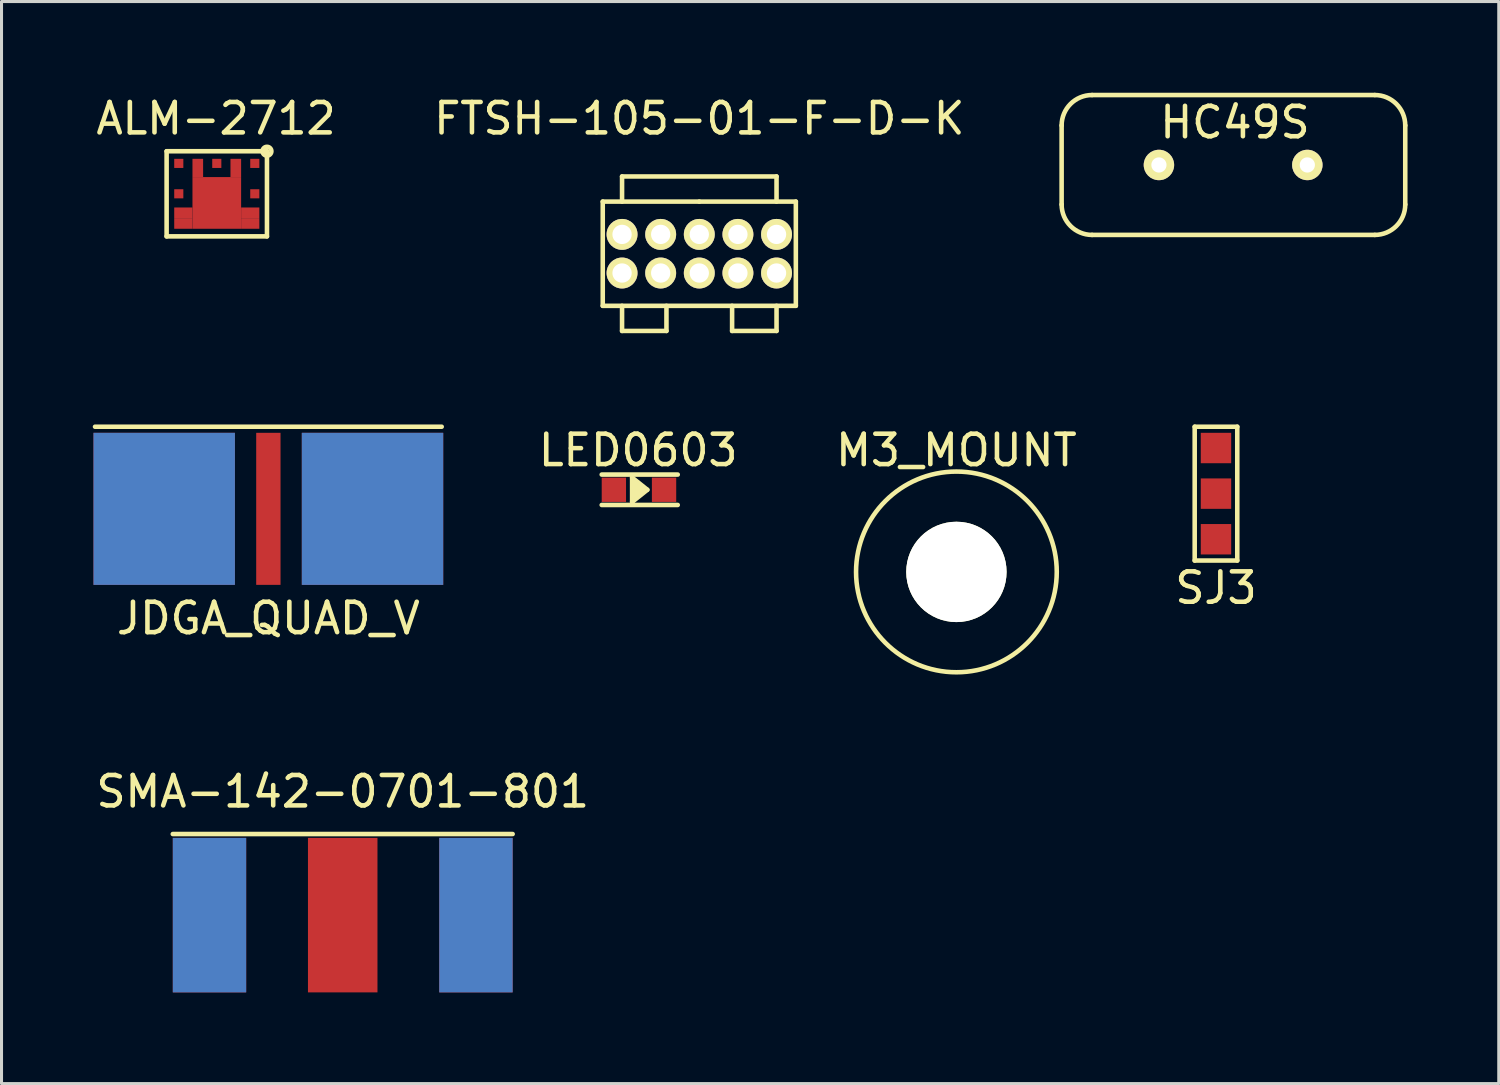
<source format=kicad_pcb>
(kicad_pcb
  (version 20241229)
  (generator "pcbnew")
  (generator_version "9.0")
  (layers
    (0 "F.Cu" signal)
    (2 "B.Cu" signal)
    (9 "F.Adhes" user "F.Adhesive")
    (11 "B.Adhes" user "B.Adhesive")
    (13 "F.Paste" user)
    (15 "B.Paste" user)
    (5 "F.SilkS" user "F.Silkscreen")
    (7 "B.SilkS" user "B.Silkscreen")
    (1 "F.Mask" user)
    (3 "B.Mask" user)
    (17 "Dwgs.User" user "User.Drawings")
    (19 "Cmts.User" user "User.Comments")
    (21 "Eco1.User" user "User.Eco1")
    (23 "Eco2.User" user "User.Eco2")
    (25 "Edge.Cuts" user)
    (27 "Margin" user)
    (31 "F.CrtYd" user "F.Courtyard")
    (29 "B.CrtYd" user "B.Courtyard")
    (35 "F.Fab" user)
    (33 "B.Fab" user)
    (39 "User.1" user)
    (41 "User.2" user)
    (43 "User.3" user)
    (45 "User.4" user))
  (footprint "LED0603"
    (layer "F.Cu")
    (at 17.137 13.056)
    (property "Reference" "LED0603" (at 0.8 -1.3 0) (layer "F.SilkS") (effects (font (size 1 1) (thickness 0.15))))
    (attr through_hole)
    (fp_line (start -0.4 -0.5) (end 2.1 -0.5) (stroke (width 0.15) (type solid)) (layer "F.SilkS"))
    (fp_line (start -0.4 0.5) (end 2.1 0.5) (stroke (width 0.15) (type solid)) (layer "F.SilkS"))
    (fp_line (start 0.6 -0.4) (end 1.1 0) (stroke (width 0.15) (type solid)) (layer "F.SilkS"))
    (fp_line (start 0.6 0.4) (end 0.6 -0.4) (stroke (width 0.15) (type solid)) (layer "F.SilkS"))
    (fp_line (start 0.8 -0.2) (end 0.7 -0.2) (stroke (width 0.15) (type solid)) (layer "F.SilkS"))
    (fp_line (start 0.8 0.2) (end 0.7 0.2) (stroke (width 0.15) (type solid)) (layer "F.SilkS"))
    (fp_line (start 0.9 -0.1) (end 0.7 -0.1) (stroke (width 0.15) (type solid)) (layer "F.SilkS"))
    (fp_line (start 0.9 0.1) (end 0.7 0.1) (stroke (width 0.15) (type solid)) (layer "F.SilkS"))
    (fp_line (start 1 0) (end 0.7 0) (stroke (width 0.15) (type solid)) (layer "F.SilkS"))
    (fp_line (start 1.1 0) (end 0.6 0.4) (stroke (width 0.15) (type solid)) (layer "F.SilkS"))
    (pad "1" smd rect (at 0 0) (size 0.8 0.8) (layers "F.Cu" "F.Mask" "F.Paste"))
    (pad "2" smd rect (at 1.65 0) (size 0.8 0.8) (layers "F.Cu" "F.Mask" "F.Paste")))
  (footprint "M3_MOUNT"
    (layer "F.Cu")
    (at 28.401 15.757)
    (property "Reference" "M3_MOUNT" (at 0 -4 0) (layer "F.SilkS") (effects (font (size 1 1) (thickness 0.15))))
    (attr through_hole)
    (fp_circle (center 0 0) (end 3.3 0) (stroke (width 0.15) (type solid)) (fill no) (layer "F.SilkS"))
    (pad "" np_thru_hole circle (at 0 0) (size 3.3 3.3) (drill 3.3) (layers "*.Cu" "*.Mask" "F.SilkS")))
  (footprint "FTSH-105-01-F-D-K"
    (layer "F.Cu")
    (at 17.406 4.658)
    (property "Reference" "FTSH-105-01-F-D-K" (at 2.54 -3.81 0) (layer "F.SilkS") (effects (font (size 1 1) (thickness 0.15))))
    (attr through_hole)
    (fp_line (start -0.635 -1.079) (end 2.54 -1.079) (stroke (width 0.15) (type solid)) (layer "F.SilkS"))
    (fp_line (start -0.635 2.349) (end -0.635 -1.079) (stroke (width 0.15) (type solid)) (layer "F.SilkS"))
    (fp_line (start 0 -1.905) (end 5.08 -1.905) (stroke (width 0.15) (type solid)) (layer "F.SilkS"))
    (fp_line (start 0 -1.079) (end 0 -1.905) (stroke (width 0.15) (type solid)) (layer "F.SilkS"))
    (fp_line (start 0 2.349) (end 0 3.175) (stroke (width 0.15) (type solid)) (layer "F.SilkS"))
    (fp_line (start 0 3.175) (end 1.46 3.175) (stroke (width 0.15) (type solid)) (layer "F.SilkS"))
    (fp_line (start 1.46 3.175) (end 1.46 2.349) (stroke (width 0.15) (type solid)) (layer "F.SilkS"))
    (fp_line (start 2.54 -1.079) (end 5.715 -1.079) (stroke (width 0.15) (type solid)) (layer "F.SilkS"))
    (fp_line (start 3.619 3.175) (end 3.619 2.349) (stroke (width 0.15) (type solid)) (layer "F.SilkS"))
    (fp_line (start 5.08 -1.905) (end 5.08 -1.079) (stroke (width 0.15) (type solid)) (layer "F.SilkS"))
    (fp_line (start 5.08 2.349) (end 5.08 3.175) (stroke (width 0.15) (type solid)) (layer "F.SilkS"))
    (fp_line (start 5.08 3.175) (end 3.619 3.175) (stroke (width 0.15) (type solid)) (layer "F.SilkS"))
    (fp_line (start 5.715 -1.079) (end 5.715 2.349) (stroke (width 0.15) (type solid)) (layer "F.SilkS"))
    (fp_line (start 5.715 2.349) (end -0.635 2.349) (stroke (width 0.15) (type solid)) (layer "F.SilkS"))
    (pad "1" thru_hole circle (at 0 1.27) (size 1.016 1.016) (drill 0.635) (layers "*.Cu" "*.Mask" "F.SilkS"))
    (pad "2" thru_hole circle (at 0 0) (size 1.016 1.016) (drill 0.635) (layers "*.Cu" "*.Mask" "F.SilkS"))
    (pad "3" thru_hole circle (at 1.27 1.27) (size 1.016 1.016) (drill 0.635) (layers "*.Cu" "*.Mask" "F.SilkS"))
    (pad "4" thru_hole circle (at 1.27 0) (size 1.016 1.016) (drill 0.635) (layers "*.Cu" "*.Mask" "F.SilkS"))
    (pad "5" thru_hole circle (at 2.54 1.27) (size 1.016 1.016) (drill 0.635) (layers "*.Cu" "*.Mask" "F.SilkS"))
    (pad "6" thru_hole circle (at 2.54 0) (size 1.016 1.016) (drill 0.635) (layers "*.Cu" "*.Mask" "F.SilkS"))
    (pad "7" thru_hole circle (at 3.81 1.27) (size 1.016 1.016) (drill 0.635) (layers "*.Cu" "*.Mask" "F.SilkS"))
    (pad "8" thru_hole circle (at 3.81 0) (size 1.016 1.016) (drill 0.635) (layers "*.Cu" "*.Mask" "F.SilkS"))
    (pad "9" thru_hole circle (at 5.08 1.27) (size 1.016 1.016) (drill 0.635) (layers "*.Cu" "*.Mask" "F.SilkS"))
    (pad "10" thru_hole circle (at 5.08 0) (size 1.016 1.016) (drill 0.635) (layers "*.Cu" "*.Mask" "F.SilkS")))
  (footprint "SMA-142-0701-801"
    (layer "F.Cu")
    (at 8.22 27.044)
    (property "Reference" "SMA-142-0701-801" (at 0 -4.064 0) (layer "F.SilkS") (effects (font (size 1 1) (thickness 0.15))))
    (attr through_hole)
    (fp_line (start -5.588 -2.667) (end 5.588 -2.667) (stroke (width 0.15) (type solid)) (layer "F.SilkS"))
    (pad "1" smd rect (at 0 0) (size 2.286 5.08) (layers "F.Cu" "F.Mask"))
    (pad "2" smd rect (at -4.381 0) (size 2.413 5.08) (layers "F.Cu" "F.Mask"))
    (pad "3" smd rect (at 4.381 0) (size 2.413 5.08) (layers "F.Cu" "F.Mask"))
    (pad "4" smd rect (at -4.381 0) (size 2.413 5.08) (layers "B.Cu" "B.Mask"))
    (pad "5" smd rect (at 4.381 0) (size 2.413 5.08) (layers "B.Cu" "B.Mask")))
  (footprint "ALM-2712"
    (layer "F.Cu")
    (at 2.829 2.173)
    (property "Reference" "ALM-2712" (at 1.225 -1.325 0) (layer "F.SilkS") (effects (font (size 1 1) (thickness 0.15))))
    (attr through_hole)
    (fp_line (start -0.4 -0.25) (end 2.9 -0.25) (stroke (width 0.15) (type solid)) (layer "F.SilkS"))
    (fp_line (start -0.4 2.55) (end -0.4 -0.25) (stroke (width 0.15) (type solid)) (layer "F.SilkS"))
    (fp_line (start 2.9 -0.25) (end 2.9 2.55) (stroke (width 0.15) (type solid)) (layer "F.SilkS"))
    (fp_line (start 2.9 2.55) (end -0.4 2.55) (stroke (width 0.15) (type solid)) (layer "F.SilkS"))
    (fp_circle (center 2.9 -0.25) (end 3.025 -0.325) (stroke (width 0.15) (type solid)) (fill no) (layer "F.SilkS"))
    (pad "1" smd rect (at 0 0.15) (size 0.3 0.3) (layers "F.Cu" "F.Mask" "F.Paste"))
    (pad "2" smd rect (at 0 1.15) (size 0.3 0.3) (layers "F.Cu" "F.Mask" "F.Paste"))
    (pad "3" smd rect (at 0.15 1.775) (size 0.6 0.35) (layers "F.Cu" "F.Mask" "F.Paste"))
    (pad "4" smd rect (at 0.15 2.125) (size 0.6 0.35) (layers "F.Cu" "F.Mask" "F.Paste"))
    (pad "5" smd rect (at 1.25 1.45) (size 1.6 1.7) (layers "F.Cu" "F.Mask" "F.Paste"))
    (pad "6" smd rect (at 2.35 2.125) (size 0.6 0.35) (layers "F.Cu" "F.Mask" "F.Paste"))
    (pad "7" smd rect (at 2.35 1.775) (size 0.6 0.35) (layers "F.Cu" "F.Mask" "F.Paste"))
    (pad "8" smd rect (at 2.5 1.15) (size 0.3 0.3) (layers "F.Cu" "F.Mask" "F.Paste"))
    (pad "9" smd rect (at 2.5 0.15) (size 0.3 0.3) (layers "F.Cu" "F.Mask" "F.Paste"))
    (pad "10" smd rect (at 1.875 0.3) (size 0.35 0.6) (layers "F.Cu" "F.Mask" "F.Paste"))
    (pad "11" smd rect (at 1.25 0.15) (size 0.3 0.3) (layers "F.Cu" "F.Mask" "F.Paste"))
    (pad "12" smd rect (at 0.625 0.3) (size 0.35 0.6) (layers "F.Cu" "F.Mask" "F.Paste")))
  (footprint "JDGA_QUAD_V"
    (layer "F.Cu")
    (at 5.775 13.683)
    (property "Reference" "JDGA_QUAD_V" (at 0 3.6 0) (layer "F.SilkS") (effects (font (size 1 1) (thickness 0.15))))
    (attr through_hole)
    (fp_line (start -5.7 -2.7) (end 5.7 -2.7) (stroke (width 0.15) (type solid)) (layer "F.SilkS"))
    (pad "1" smd rect (at 0 0) (size 0.8 5) (layers "F.Cu" "F.Mask"))
    (pad "2" smd rect (at -3.425 0) (size 4.65 5) (layers "F.Cu" "F.Mask"))
    (pad "3" smd rect (at 3.425 0) (size 4.65 5) (layers "F.Cu" "F.Mask"))
    (pad "4" smd rect (at -3.425 0) (size 4.65 5) (layers "F.Mask" "B.Cu"))
    (pad "5" smd rect (at 3.425 0) (size 4.65 5) (layers "F.Mask" "B.Cu")))
  (footprint "SJ3"
    (layer "F.Cu")
    (at 36.937 13.183)
    (property "Reference" "SJ3" (at 0 3.1 0) (layer "F.SilkS") (effects (font (size 1 1) (thickness 0.15))))
    (attr through_hole)
    (fp_line (start -0.7 -2.2) (end 0.7 -2.2) (stroke (width 0.15) (type solid)) (layer "F.SilkS"))
    (fp_line (start -0.7 2.2) (end -0.7 -2.2) (stroke (width 0.15) (type solid)) (layer "F.SilkS"))
    (fp_line (start 0.7 -2.2) (end 0.7 2.2) (stroke (width 0.15) (type solid)) (layer "F.SilkS"))
    (fp_line (start 0.7 2.2) (end -0.7 2.2) (stroke (width 0.15) (type solid)) (layer "F.SilkS"))
    (pad "1" smd rect (at 0 -1.5) (size 1 1) (layers "F.Cu" "F.Mask" "F.Paste"))
    (pad "2" smd rect (at 0 0) (size 1 1) (layers "F.Cu" "F.Mask" "F.Paste"))
    (pad "3" smd rect (at 0 1.5) (size 1 1) (layers "F.Cu" "F.Mask" "F.Paste")))
  (footprint "HC49S"
    (layer "F.Cu")
    (at 35.061 2.375)
    (property "Reference" "HC49S" (at 2.5 -1.4 0) (layer "F.SilkS") (effects (font (size 1 1) (thickness 0.15))))
    (attr through_hole)
    (fp_line (start -3.2 -1.3) (end -3.2 1.3) (stroke (width 0.15) (type solid)) (layer "F.SilkS"))
    (fp_line (start -2.2 -2.3) (end 7.1 -2.3) (stroke (width 0.15) (type solid)) (layer "F.SilkS"))
    (fp_line (start -2.2 2.3) (end 7.1 2.3) (stroke (width 0.15) (type solid)) (layer "F.SilkS"))
    (fp_line (start 8.1 -1.3) (end 8.1 1.3) (stroke (width 0.15) (type solid)) (layer "F.SilkS"))
    (fp_arc (start -3.2 -1.3) (mid -2.907107 -2.007107) (end -2.2 -2.3) (stroke (width 0.15) (type solid)) (layer "F.SilkS"))
    (fp_arc (start -2.2 2.3) (mid -2.907107 2.007107) (end -3.2 1.3) (stroke (width 0.15) (type solid)) (layer "F.SilkS"))
    (fp_arc (start 7.1 -2.3) (mid 7.807107 -2.007107) (end 8.1 -1.3) (stroke (width 0.15) (type solid)) (layer "F.SilkS"))
    (fp_arc (start 8.1 1.3) (mid 7.807107 2.007107) (end 7.1 2.3) (stroke (width 0.15) (type solid)) (layer "F.SilkS"))
    (pad "1" thru_hole circle (at 0 0) (size 1 1) (drill 0.5) (layers "*.Cu" "*.Mask" "F.SilkS"))
    (pad "2" thru_hole circle (at 4.88 0) (size 1 1) (drill 0.5) (layers "*.Cu" "*.Mask" "F.SilkS")))
  (gr_rect
    (start -3 -3)
    (end 46.236 32.584)
    (stroke (width 0.1) (type default))
    (fill no)
    (layer "Edge.Cuts")))
</source>
